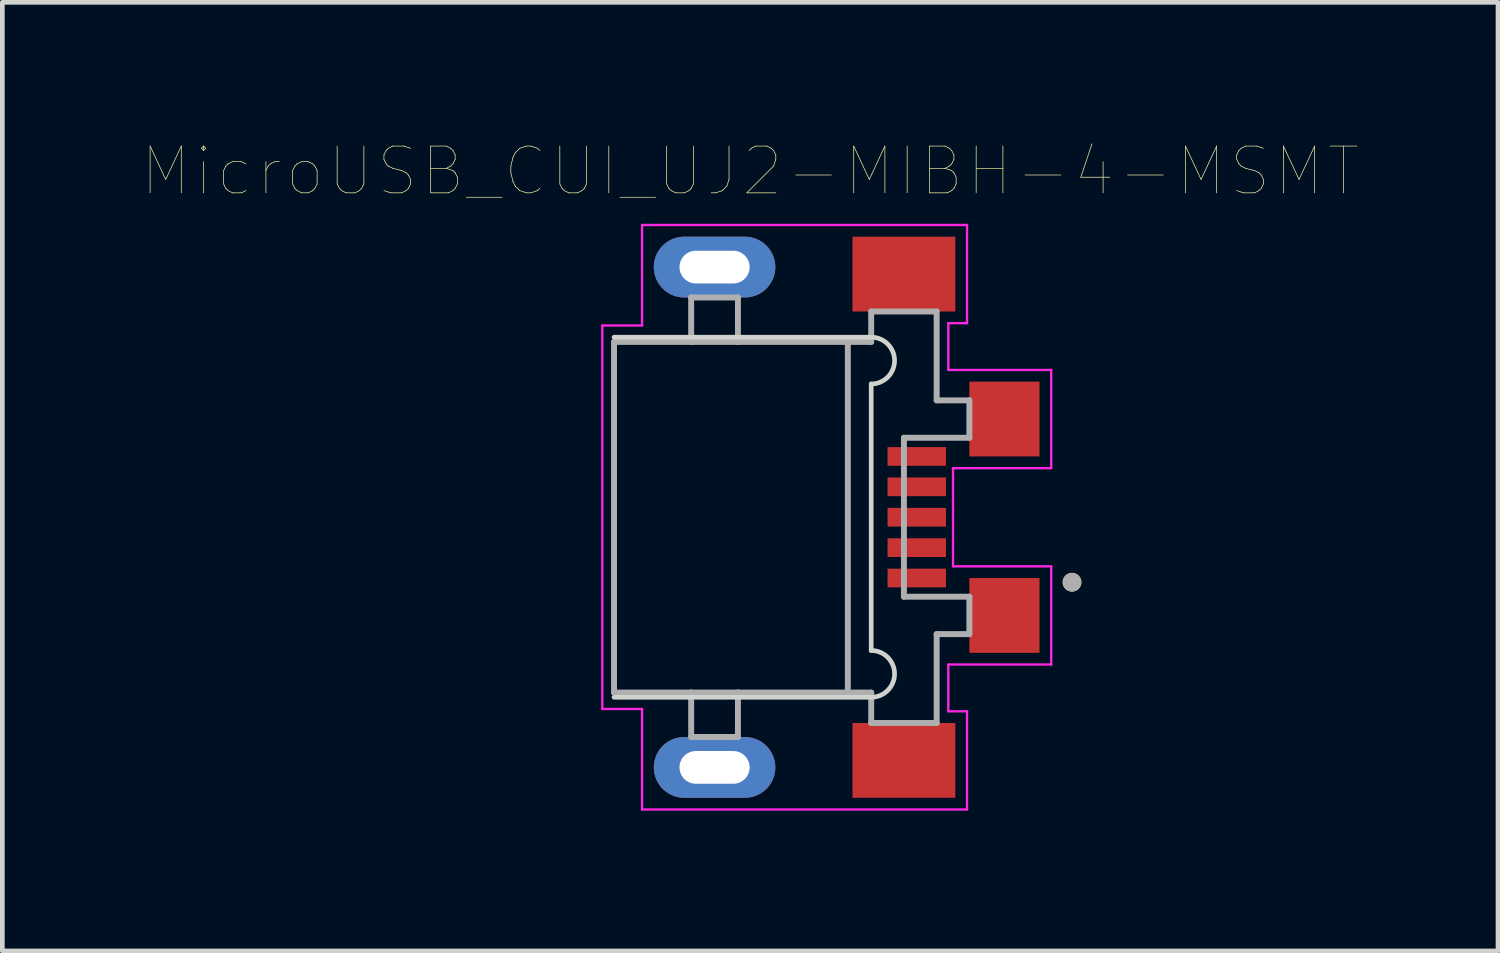
<source format=kicad_pcb>
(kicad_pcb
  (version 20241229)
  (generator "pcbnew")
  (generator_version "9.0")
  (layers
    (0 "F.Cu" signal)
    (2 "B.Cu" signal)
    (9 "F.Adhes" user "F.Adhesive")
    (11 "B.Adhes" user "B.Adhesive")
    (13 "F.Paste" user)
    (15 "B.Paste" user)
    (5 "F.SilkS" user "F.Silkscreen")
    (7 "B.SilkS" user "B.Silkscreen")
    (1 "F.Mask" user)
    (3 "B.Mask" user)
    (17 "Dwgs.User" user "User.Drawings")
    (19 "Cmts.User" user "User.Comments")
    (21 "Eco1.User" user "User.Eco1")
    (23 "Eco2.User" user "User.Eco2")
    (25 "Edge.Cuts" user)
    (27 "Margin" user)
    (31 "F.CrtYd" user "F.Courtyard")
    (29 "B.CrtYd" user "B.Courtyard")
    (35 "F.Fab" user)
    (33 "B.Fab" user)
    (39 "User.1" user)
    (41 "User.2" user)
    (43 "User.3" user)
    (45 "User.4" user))
  (footprint "MicroUSB_CUI_UJ2-MIBH-4-MSMT"
    (layer "F.Cu")
    (at 12.232 8.012)
    (property "Reference" "MicroUSB_CUI_UJ2-MIBH-4-MSMT" (at 0.762 -7.4 0) (layer "F.SilkS") (effects (font (size 1 1) (thickness 0.015))))
    (attr through_hole)
    (fp_circle (center 7.645 1.39) (end 7.745 1.39) (stroke (width 0.2) (type solid)) (fill no) (layer "F.SilkS"))
    (fp_line (start 3.35 -3.85) (end -2.15 -3.85) (stroke (width 0.1) (type solid)) (layer "Edge.Cuts"))
    (fp_line (start 3.35 -2.85) (end 3.35 2.85) (stroke (width 0.1) (type solid)) (layer "Edge.Cuts"))
    (fp_line (start 3.35 3.85) (end -2.15 3.85) (stroke (width 0.1) (type solid)) (layer "Edge.Cuts"))
    (fp_arc (start 3.35 -3.85) (mid 3.85 -3.35) (end 3.35 -2.85) (stroke (width 0.1) (type solid)) (layer "Edge.Cuts"))
    (fp_arc (start 3.35 2.85) (mid 3.85 3.35) (end 3.35 3.85) (stroke (width 0.1) (type solid)) (layer "Edge.Cuts"))
    (fp_line (start -2.4 -4.1) (end -1.55 -4.1) (stroke (width 0.05) (type solid)) (layer "F.CrtYd"))
    (fp_line (start -2.4 4.1) (end -2.4 -4.1) (stroke (width 0.05) (type solid)) (layer "F.CrtYd"))
    (fp_line (start -1.55 -6.25) (end 5.4 -6.25) (stroke (width 0.05) (type solid)) (layer "F.CrtYd"))
    (fp_line (start -1.55 -4.1) (end -1.55 -6.25) (stroke (width 0.05) (type solid)) (layer "F.CrtYd"))
    (fp_line (start -1.55 4.1) (end -2.4 4.1) (stroke (width 0.05) (type solid)) (layer "F.CrtYd"))
    (fp_line (start -1.55 6.25) (end -1.55 4.1) (stroke (width 0.05) (type solid)) (layer "F.CrtYd"))
    (fp_line (start 5 -4.15) (end 5 -3.15) (stroke (width 0.05) (type solid)) (layer "F.CrtYd"))
    (fp_line (start 5 -3.15) (end 7.2 -3.15) (stroke (width 0.05) (type solid)) (layer "F.CrtYd"))
    (fp_line (start 5 3.15) (end 5 4.15) (stroke (width 0.05) (type solid)) (layer "F.CrtYd"))
    (fp_line (start 5 4.15) (end 5.4 4.15) (stroke (width 0.05) (type solid)) (layer "F.CrtYd"))
    (fp_line (start 5.1 -1.05) (end 5.1 1.05) (stroke (width 0.05) (type solid)) (layer "F.CrtYd"))
    (fp_line (start 5.1 1.05) (end 7.2 1.05) (stroke (width 0.05) (type solid)) (layer "F.CrtYd"))
    (fp_line (start 5.4 -6.25) (end 5.4 -4.15) (stroke (width 0.05) (type solid)) (layer "F.CrtYd"))
    (fp_line (start 5.4 -4.15) (end 5 -4.15) (stroke (width 0.05) (type solid)) (layer "F.CrtYd"))
    (fp_line (start 5.4 4.15) (end 5.4 6.25) (stroke (width 0.05) (type solid)) (layer "F.CrtYd"))
    (fp_line (start 5.4 6.25) (end -1.55 6.25) (stroke (width 0.05) (type solid)) (layer "F.CrtYd"))
    (fp_line (start 7.2 -3.15) (end 7.2 -1.05) (stroke (width 0.05) (type solid)) (layer "F.CrtYd"))
    (fp_line (start 7.2 -1.05) (end 5.1 -1.05) (stroke (width 0.05) (type solid)) (layer "F.CrtYd"))
    (fp_line (start 7.2 1.05) (end 7.2 3.15) (stroke (width 0.05) (type solid)) (layer "F.CrtYd"))
    (fp_line (start 7.2 3.15) (end 5 3.15) (stroke (width 0.05) (type solid)) (layer "F.CrtYd"))
    (fp_line (start -2.15 -3.75) (end -0.5 -3.75) (stroke (width 0.127) (type solid)) (layer "F.Fab"))
    (fp_line (start -2.15 3.75) (end -2.15 -3.75) (stroke (width 0.127) (type solid)) (layer "F.Fab"))
    (fp_line (start -0.5 -4.7) (end 0.5 -4.7) (stroke (width 0.127) (type solid)) (layer "F.Fab"))
    (fp_line (start -0.5 -3.75) (end -0.5 -4.7) (stroke (width 0.127) (type solid)) (layer "F.Fab"))
    (fp_line (start -0.5 -3.75) (end 0.5 -3.75) (stroke (width 0.127) (type solid)) (layer "F.Fab"))
    (fp_line (start -0.5 3.75) (end -2.15 3.75) (stroke (width 0.127) (type solid)) (layer "F.Fab"))
    (fp_line (start -0.5 3.75) (end -0.5 4.7) (stroke (width 0.127) (type solid)) (layer "F.Fab"))
    (fp_line (start -0.5 4.7) (end 0.5 4.7) (stroke (width 0.127) (type solid)) (layer "F.Fab"))
    (fp_line (start 0.5 -4.7) (end 0.5 -3.75) (stroke (width 0.127) (type solid)) (layer "F.Fab"))
    (fp_line (start 0.5 -3.75) (end 2.85 -3.75) (stroke (width 0.127) (type solid)) (layer "F.Fab"))
    (fp_line (start 0.5 3.75) (end -0.5 3.75) (stroke (width 0.127) (type solid)) (layer "F.Fab"))
    (fp_line (start 0.5 4.7) (end 0.5 3.75) (stroke (width 0.127) (type solid)) (layer "F.Fab"))
    (fp_line (start 2.85 -3.75) (end 2.85 3.75) (stroke (width 0.127) (type solid)) (layer "F.Fab"))
    (fp_line (start 2.85 -3.75) (end 3.35 -3.75) (stroke (width 0.127) (type solid)) (layer "F.Fab"))
    (fp_line (start 2.85 3.75) (end 0.5 3.75) (stroke (width 0.127) (type solid)) (layer "F.Fab"))
    (fp_line (start 3.35 -4.4) (end 4.75 -4.4) (stroke (width 0.127) (type solid)) (layer "F.Fab"))
    (fp_line (start 3.35 -3.75) (end 3.35 -4.4) (stroke (width 0.127) (type solid)) (layer "F.Fab"))
    (fp_line (start 3.35 3.75) (end 2.85 3.75) (stroke (width 0.127) (type solid)) (layer "F.Fab"))
    (fp_line (start 3.35 4.4) (end 3.35 3.75) (stroke (width 0.127) (type solid)) (layer "F.Fab"))
    (fp_line (start 4.05 -1.7) (end 4.05 1.7) (stroke (width 0.127) (type solid)) (layer "F.Fab"))
    (fp_line (start 4.05 1.7) (end 5.45 1.7) (stroke (width 0.127) (type solid)) (layer "F.Fab"))
    (fp_line (start 4.75 -4.4) (end 4.75 -2.5) (stroke (width 0.127) (type solid)) (layer "F.Fab"))
    (fp_line (start 4.75 -2.5) (end 5.45 -2.5) (stroke (width 0.127) (type solid)) (layer "F.Fab"))
    (fp_line (start 4.75 2.5) (end 4.75 4.4) (stroke (width 0.127) (type solid)) (layer "F.Fab"))
    (fp_line (start 4.75 4.4) (end 3.35 4.4) (stroke (width 0.127) (type solid)) (layer "F.Fab"))
    (fp_line (start 5.45 -2.5) (end 5.45 -1.7) (stroke (width 0.127) (type solid)) (layer "F.Fab"))
    (fp_line (start 5.45 -1.7) (end 4.05 -1.7) (stroke (width 0.127) (type solid)) (layer "F.Fab"))
    (fp_line (start 5.45 1.7) (end 5.45 2.5) (stroke (width 0.127) (type solid)) (layer "F.Fab"))
    (fp_line (start 5.45 2.5) (end 4.75 2.5) (stroke (width 0.127) (type solid)) (layer "F.Fab"))
    (fp_circle (center 7.645 1.39) (end 7.745 1.39) (stroke (width 0.2) (type solid)) (fill no) (layer "F.Fab"))
    (pad "1" smd rect (at 4.325 1.3) (size 1.25 0.4) (layers "F.Cu" "F.Mask" "F.Paste"))
    (pad "2" smd rect (at 4.325 0.65) (size 1.25 0.4) (layers "F.Cu" "F.Mask" "F.Paste"))
    (pad "3" smd rect (at 4.325 0) (size 1.25 0.4) (layers "F.Cu" "F.Mask" "F.Paste"))
    (pad "4" smd rect (at 4.325 -0.65) (size 1.25 0.4) (layers "F.Cu" "F.Mask" "F.Paste"))
    (pad "5" smd rect (at 4.325 -1.3) (size 1.25 0.4) (layers "F.Cu" "F.Mask" "F.Paste"))
    (pad "S1" thru_hole oval (at 0 -5.35) (size 2.6 1.3) (drill oval 1.5 0.7) (layers "*.Cu" "*.Mask"))
    (pad "S2" smd rect (at 4.05 -5.2) (size 2.2 1.6) (layers "F.Cu" "F.Mask" "F.Paste"))
    (pad "S3" smd rect (at 6.2 -2.1) (size 1.5 1.6) (layers "F.Cu" "F.Mask" "F.Paste"))
    (pad "S4" thru_hole oval (at 0 5.35) (size 2.6 1.3) (drill oval 1.5 0.7) (layers "*.Cu" "*.Mask"))
    (pad "S5" smd rect (at 4.05 5.2) (size 2.2 1.6) (layers "F.Cu" "F.Mask" "F.Paste"))
    (pad "S6" smd rect (at 6.2 2.1) (size 1.5 1.6) (layers "F.Cu" "F.Mask" "F.Paste")))
  (gr_rect
    (start -3 -3)
    (end 28.988 17.287)
    (stroke (width 0.1) (type default))
    (fill no)
    (layer "Edge.Cuts")))
</source>
